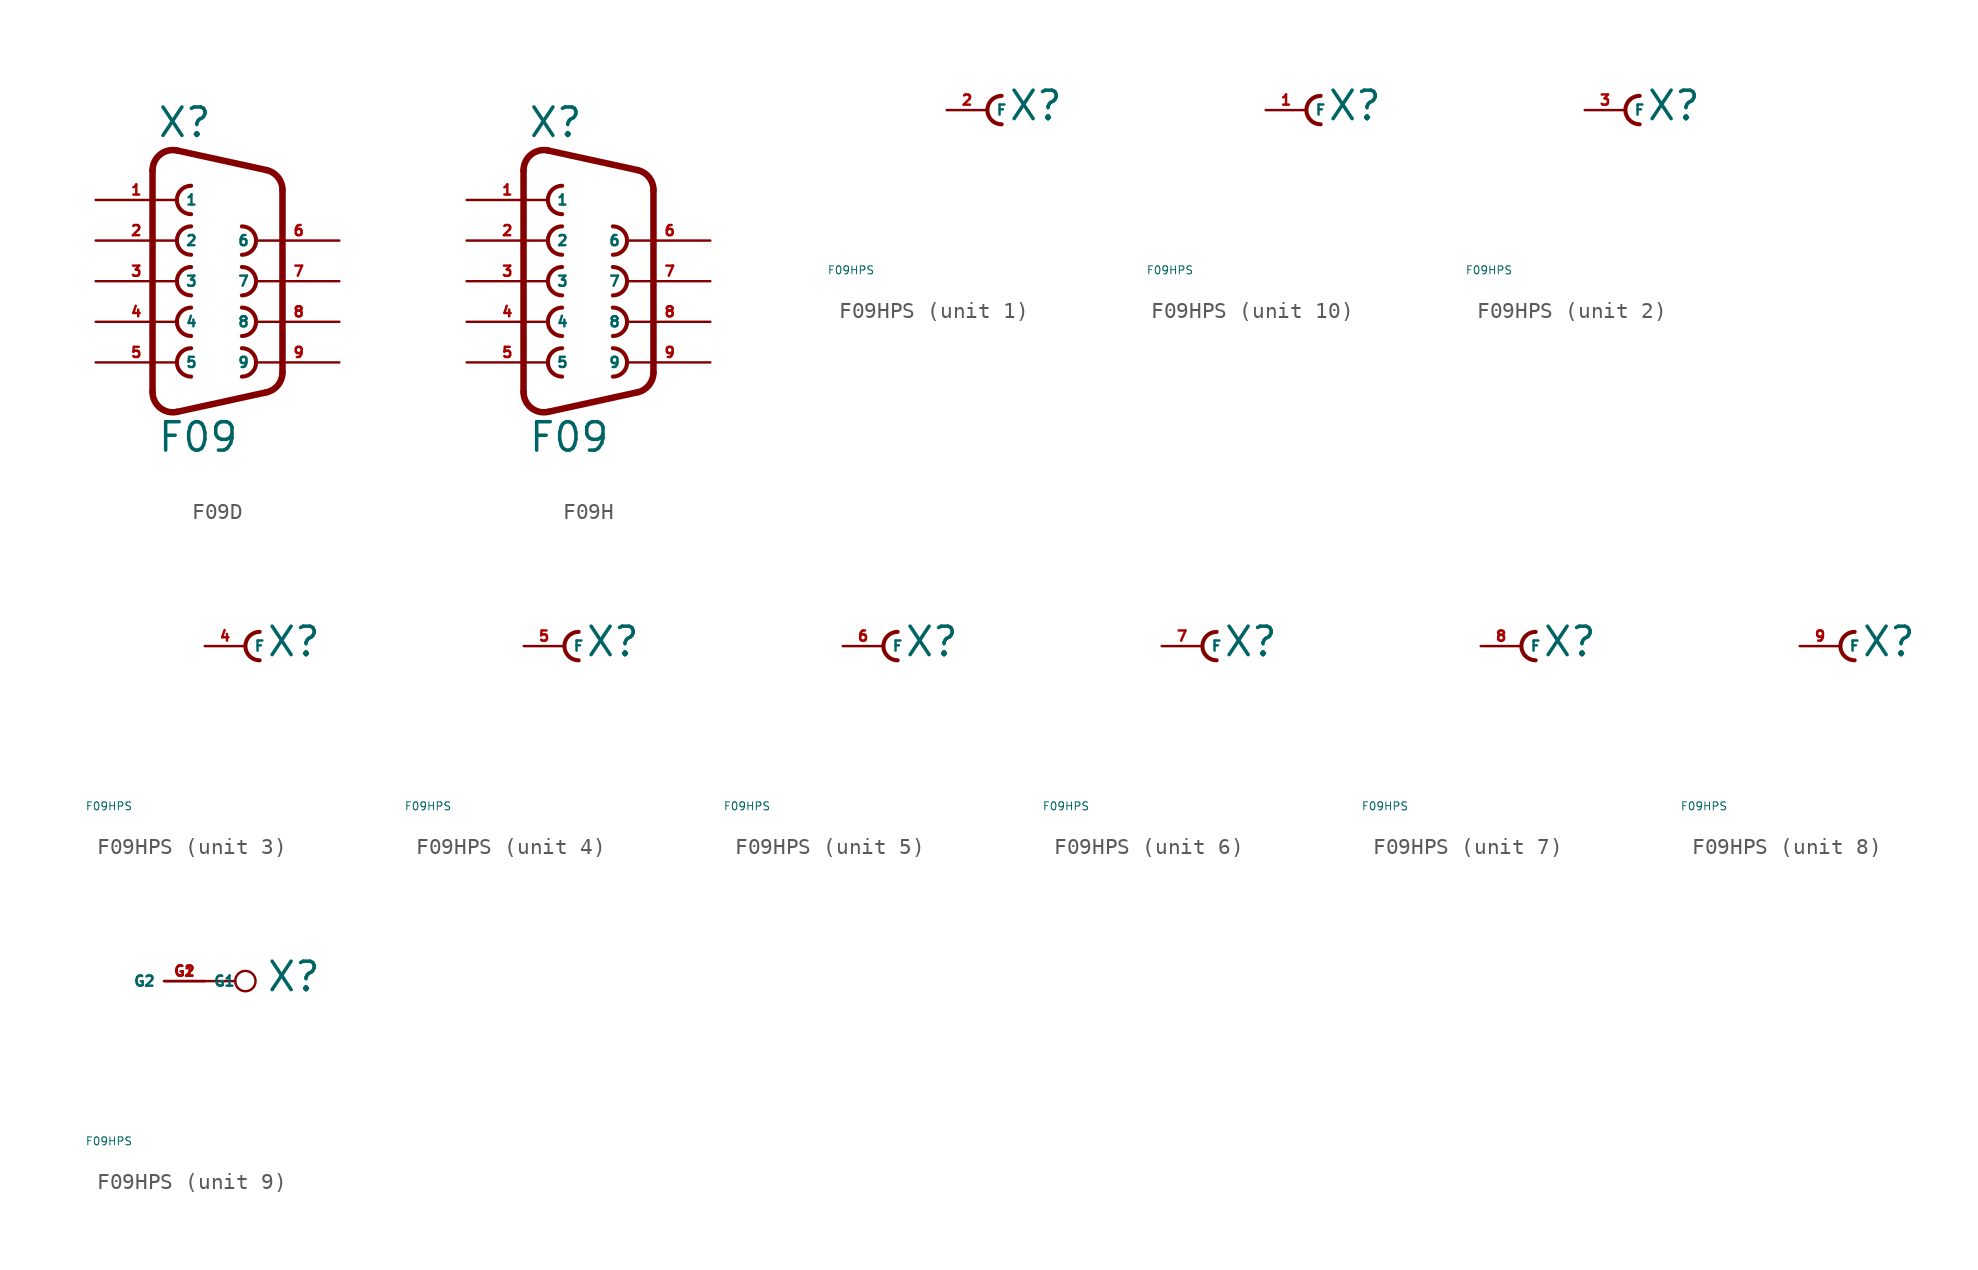
<source format=kicad_sym>
(kicad_symbol_lib
  (version 20220914)
  (generator Eagle2Kicad)
  (symbol "F09D"
    (property "Reference" "X"
      (at -3.81 8.89 0)
      (effects (font (size 1.778 1.778) (thickness 0.22)) (justify left bottom)))
    (property "Value" "F09"
      (at -3.81 -10.795 0)
      (effects (font (size 1.778 1.778) (thickness 0.22)) (justify left bottom)))
    (arc
      (start -1.651 3.429)
      (mid -2.540 2.540)
      (end -1.651 1.651)
      (stroke (width 0.254) (type default))
      (fill (type none)))
    (arc
      (start 1.524 1.651)
      (mid 2.413 2.540)
      (end 1.524 3.429)
      (stroke (width 0.254) (type default))
      (fill (type none)))
    (arc
      (start -1.651 5.969)
      (mid -2.540 5.080)
      (end -1.651 4.191)
      (stroke (width 0.254) (type default))
      (fill (type none)))
    (arc
      (start 1.524 -3.429)
      (mid 2.413 -2.540)
      (end 1.524 -1.651)
      (stroke (width 0.254) (type default))
      (fill (type none)))
    (arc
      (start -1.651 0.889)
      (mid -2.540 0.000)
      (end -1.651 -0.889)
      (stroke (width 0.254) (type default))
      (fill (type none)))
    (arc
      (start 1.524 -0.889)
      (mid 2.413 0.000)
      (end 1.524 0.889)
      (stroke (width 0.254) (type default))
      (fill (type none)))
    (arc
      (start -1.651 -1.651)
      (mid -2.540 -2.540)
      (end -1.651 -3.429)
      (stroke (width 0.254) (type default))
      (fill (type none)))
    (arc
      (start 1.524 -5.969)
      (mid 2.413 -5.080)
      (end 1.524 -4.191)
      (stroke (width 0.254) (type default))
      (fill (type none)))
    (arc
      (start -1.651 -4.191)
      (mid -2.540 -5.080)
      (end -1.651 -5.969)
      (stroke (width 0.254) (type default))
      (fill (type none)))
    (arc
      (start -2.5226 8.172)
      (mid -3.590 7.921)
      (end -4.064 6.9312)
      (stroke (width 0.4064) (type default))
      (fill (type none)))
    (polyline
      (pts (xy -2.523 8.172) (xy 3.065 6.949))
      (stroke (width 0.406) (type default))
      (fill (type none)))
    (arc
      (start 4.0642 5.7088)
      (mid 3.783 6.505)
      (end 3.0654 6.9495)
      (stroke (width 0.4064) (type default))
      (fill (type none)))
    (polyline
      (pts (xy 4.064 -5.709) (xy 4.064 5.709))
      (stroke (width 0.406) (type default))
      (fill (type none)))
    (arc
      (start 3.0654 -6.9494)
      (mid 3.783 -6.505)
      (end 4.064 -5.7088)
      (stroke (width 0.4064) (type default))
      (fill (type none)))
    (polyline
      (pts (xy -4.064 -6.931) (xy -4.064 6.931))
      (stroke (width 0.406) (type default))
      (fill (type none)))
    (polyline
      (pts (xy -2.523 -8.172) (xy 3.065 -6.949))
      (stroke (width 0.406) (type default))
      (fill (type none)))
    (arc
      (start -4.064 -6.9312)
      (mid -3.590 -7.921)
      (end -2.5226 -8.1719)
      (stroke (width 0.4064) (type default))
      (fill (type none)))
    (pin passive line
      (at -7.62 5.08 0)
      (length 5.08)
      (name "1" (effects (font (size 0.635 0.635) (thickness 0.08)) (justify left bottom)))
      (number "1" (effects (font (size 0.635 0.635) (thickness 0.08)) (justify left bottom))))
    (pin passive line
      (at 7.62 2.54 180)
      (length 5.08)
      (name "6" (effects (font (size 0.635 0.635) (thickness 0.08)) (justify left bottom)))
      (number "6" (effects (font (size 0.635 0.635) (thickness 0.08)) (justify left bottom))))
    (pin passive line
      (at -7.62 2.54 0)
      (length 5.08)
      (name "2" (effects (font (size 0.635 0.635) (thickness 0.08)) (justify left bottom)))
      (number "2" (effects (font (size 0.635 0.635) (thickness 0.08)) (justify left bottom))))
    (pin passive line
      (at 7.62 0 180)
      (length 5.08)
      (name "7" (effects (font (size 0.635 0.635) (thickness 0.08)) (justify left bottom)))
      (number "7" (effects (font (size 0.635 0.635) (thickness 0.08)) (justify left bottom))))
    (pin passive line
      (at -7.62 0 0)
      (length 5.08)
      (name "3" (effects (font (size 0.635 0.635) (thickness 0.08)) (justify left bottom)))
      (number "3" (effects (font (size 0.635 0.635) (thickness 0.08)) (justify left bottom))))
    (pin passive line
      (at 7.62 -2.54 180)
      (length 5.08)
      (name "8" (effects (font (size 0.635 0.635) (thickness 0.08)) (justify left bottom)))
      (number "8" (effects (font (size 0.635 0.635) (thickness 0.08)) (justify left bottom))))
    (pin passive line
      (at -7.62 -2.54 0)
      (length 5.08)
      (name "4" (effects (font (size 0.635 0.635) (thickness 0.08)) (justify left bottom)))
      (number "4" (effects (font (size 0.635 0.635) (thickness 0.08)) (justify left bottom))))
    (pin passive line
      (at 7.62 -5.08 180)
      (length 5.08)
      (name "9" (effects (font (size 0.635 0.635) (thickness 0.08)) (justify left bottom)))
      (number "9" (effects (font (size 0.635 0.635) (thickness 0.08)) (justify left bottom))))
    (pin passive line
      (at -7.62 -5.08 0)
      (length 5.08)
      (name "5" (effects (font (size 0.635 0.635) (thickness 0.08)) (justify left bottom)))
      (number "5" (effects (font (size 0.635 0.635) (thickness 0.08)) (justify left bottom)))))
  (symbol "F09H"
    (property "Reference" "X"
      (at -3.81 8.89 0)
      (effects (font (size 1.778 1.778) (thickness 0.22)) (justify left bottom)))
    (property "Value" "F09"
      (at -3.81 -10.795 0)
      (effects (font (size 1.778 1.778) (thickness 0.22)) (justify left bottom)))
    (arc
      (start -1.651 3.429)
      (mid -2.540 2.540)
      (end -1.651 1.651)
      (stroke (width 0.254) (type default))
      (fill (type none)))
    (arc
      (start 1.524 1.651)
      (mid 2.413 2.540)
      (end 1.524 3.429)
      (stroke (width 0.254) (type default))
      (fill (type none)))
    (arc
      (start -1.651 5.969)
      (mid -2.540 5.080)
      (end -1.651 4.191)
      (stroke (width 0.254) (type default))
      (fill (type none)))
    (arc
      (start 1.524 -3.429)
      (mid 2.413 -2.540)
      (end 1.524 -1.651)
      (stroke (width 0.254) (type default))
      (fill (type none)))
    (arc
      (start -1.651 0.889)
      (mid -2.540 0.000)
      (end -1.651 -0.889)
      (stroke (width 0.254) (type default))
      (fill (type none)))
    (arc
      (start 1.524 -0.889)
      (mid 2.413 0.000)
      (end 1.524 0.889)
      (stroke (width 0.254) (type default))
      (fill (type none)))
    (arc
      (start -1.651 -1.651)
      (mid -2.540 -2.540)
      (end -1.651 -3.429)
      (stroke (width 0.254) (type default))
      (fill (type none)))
    (arc
      (start 1.524 -5.969)
      (mid 2.413 -5.080)
      (end 1.524 -4.191)
      (stroke (width 0.254) (type default))
      (fill (type none)))
    (arc
      (start -1.651 -4.191)
      (mid -2.540 -5.080)
      (end -1.651 -5.969)
      (stroke (width 0.254) (type default))
      (fill (type none)))
    (arc
      (start -2.5226 8.172)
      (mid -3.590 7.921)
      (end -4.064 6.9312)
      (stroke (width 0.4064) (type default))
      (fill (type none)))
    (polyline
      (pts (xy -2.523 8.172) (xy 3.065 6.949))
      (stroke (width 0.406) (type default))
      (fill (type none)))
    (arc
      (start 4.0642 5.7088)
      (mid 3.783 6.505)
      (end 3.0654 6.9495)
      (stroke (width 0.4064) (type default))
      (fill (type none)))
    (polyline
      (pts (xy 4.064 -5.709) (xy 4.064 5.709))
      (stroke (width 0.406) (type default))
      (fill (type none)))
    (arc
      (start 3.0654 -6.9494)
      (mid 3.783 -6.505)
      (end 4.064 -5.7088)
      (stroke (width 0.4064) (type default))
      (fill (type none)))
    (polyline
      (pts (xy -4.064 -6.931) (xy -4.064 6.931))
      (stroke (width 0.406) (type default))
      (fill (type none)))
    (polyline
      (pts (xy -2.523 -8.172) (xy 3.065 -6.949))
      (stroke (width 0.406) (type default))
      (fill (type none)))
    (arc
      (start -4.064 -6.9312)
      (mid -3.590 -7.921)
      (end -2.5226 -8.1719)
      (stroke (width 0.4064) (type default))
      (fill (type none)))
    (pin passive line
      (at -7.62 5.08 0)
      (length 5.08)
      (name "1" (effects (font (size 0.635 0.635) (thickness 0.08)) (justify left bottom)))
      (number "1" (effects (font (size 0.635 0.635) (thickness 0.08)) (justify left bottom))))
    (pin passive line
      (at 7.62 2.54 180)
      (length 5.08)
      (name "6" (effects (font (size 0.635 0.635) (thickness 0.08)) (justify left bottom)))
      (number "6" (effects (font (size 0.635 0.635) (thickness 0.08)) (justify left bottom))))
    (pin passive line
      (at -7.62 2.54 0)
      (length 5.08)
      (name "2" (effects (font (size 0.635 0.635) (thickness 0.08)) (justify left bottom)))
      (number "2" (effects (font (size 0.635 0.635) (thickness 0.08)) (justify left bottom))))
    (pin passive line
      (at 7.62 0 180)
      (length 5.08)
      (name "7" (effects (font (size 0.635 0.635) (thickness 0.08)) (justify left bottom)))
      (number "7" (effects (font (size 0.635 0.635) (thickness 0.08)) (justify left bottom))))
    (pin passive line
      (at -7.62 0 0)
      (length 5.08)
      (name "3" (effects (font (size 0.635 0.635) (thickness 0.08)) (justify left bottom)))
      (number "3" (effects (font (size 0.635 0.635) (thickness 0.08)) (justify left bottom))))
    (pin passive line
      (at 7.62 -2.54 180)
      (length 5.08)
      (name "8" (effects (font (size 0.635 0.635) (thickness 0.08)) (justify left bottom)))
      (number "8" (effects (font (size 0.635 0.635) (thickness 0.08)) (justify left bottom))))
    (pin passive line
      (at -7.62 -2.54 0)
      (length 5.08)
      (name "4" (effects (font (size 0.635 0.635) (thickness 0.08)) (justify left bottom)))
      (number "4" (effects (font (size 0.635 0.635) (thickness 0.08)) (justify left bottom))))
    (pin passive line
      (at 7.62 -5.08 180)
      (length 5.08)
      (name "9" (effects (font (size 0.635 0.635) (thickness 0.08)) (justify left bottom)))
      (number "9" (effects (font (size 0.635 0.635) (thickness 0.08)) (justify left bottom))))
    (pin passive line
      (at -7.62 -5.08 0)
      (length 5.08)
      (name "5" (effects (font (size 0.635 0.635) (thickness 0.08)) (justify left bottom)))
      (number "5" (effects (font (size 0.635 0.635) (thickness 0.08)) (justify left bottom)))))
  (symbol "F09HPS"
    (property "Reference" "X"
      (at 1.27 -0.762 0)
      (effects (font (size 1.778 1.778) (thickness 0.22)) (justify left bottom)))
    (property "Value" "F09HPS"
      (at -10 -10 0)
      (effects (font (size 0.5 0.5) (thickness 0.06)) (justify left)))
    (symbol "F09HPS_1_0"
      (arc (start 0.889 0.889) (mid 0.000 0.000) (end 0.889 -0.889) (stroke (width 0.254) (type default)) (fill (type none)))
      (pin passive line (at -2.54 0 0) (length 2.54) (name "F" (effects (font (size 0.635 0.635) (thickness 0.08)) (justify left bottom))) (number "2" (effects (font (size 0.635 0.635) (thickness 0.08)) (justify left bottom)))))
    (symbol "F09HPS_2_0"
      (arc (start 0.889 0.889) (mid 0.000 0.000) (end 0.889 -0.889) (stroke (width 0.254) (type default)) (fill (type none)))
      (pin passive line (at -2.54 0 0) (length 2.54) (name "F" (effects (font (size 0.635 0.635) (thickness 0.08)) (justify left bottom))) (number "3" (effects (font (size 0.635 0.635) (thickness 0.08)) (justify left bottom)))))
    (symbol "F09HPS_3_0"
      (arc (start 0.889 0.889) (mid 0.000 0.000) (end 0.889 -0.889) (stroke (width 0.254) (type default)) (fill (type none)))
      (pin passive line (at -2.54 0 0) (length 2.54) (name "F" (effects (font (size 0.635 0.635) (thickness 0.08)) (justify left bottom))) (number "4" (effects (font (size 0.635 0.635) (thickness 0.08)) (justify left bottom)))))
    (symbol "F09HPS_4_0"
      (arc (start 0.889 0.889) (mid 0.000 0.000) (end 0.889 -0.889) (stroke (width 0.254) (type default)) (fill (type none)))
      (pin passive line (at -2.54 0 0) (length 2.54) (name "F" (effects (font (size 0.635 0.635) (thickness 0.08)) (justify left bottom))) (number "5" (effects (font (size 0.635 0.635) (thickness 0.08)) (justify left bottom)))))
    (symbol "F09HPS_5_0"
      (arc (start 0.889 0.889) (mid 0.000 0.000) (end 0.889 -0.889) (stroke (width 0.254) (type default)) (fill (type none)))
      (pin passive line (at -2.54 0 0) (length 2.54) (name "F" (effects (font (size 0.635 0.635) (thickness 0.08)) (justify left bottom))) (number "6" (effects (font (size 0.635 0.635) (thickness 0.08)) (justify left bottom)))))
    (symbol "F09HPS_6_0"
      (arc (start 0.889 0.889) (mid 0.000 0.000) (end 0.889 -0.889) (stroke (width 0.254) (type default)) (fill (type none)))
      (pin passive line (at -2.54 0 0) (length 2.54) (name "F" (effects (font (size 0.635 0.635) (thickness 0.08)) (justify left bottom))) (number "7" (effects (font (size 0.635 0.635) (thickness 0.08)) (justify left bottom)))))
    (symbol "F09HPS_7_0"
      (arc (start 0.889 0.889) (mid 0.000 0.000) (end 0.889 -0.889) (stroke (width 0.254) (type default)) (fill (type none)))
      (pin passive line (at -2.54 0 0) (length 2.54) (name "F" (effects (font (size 0.635 0.635) (thickness 0.08)) (justify left bottom))) (number "8" (effects (font (size 0.635 0.635) (thickness 0.08)) (justify left bottom)))))
    (symbol "F09HPS_8_0"
      (arc (start 0.889 0.889) (mid 0.000 0.000) (end 0.889 -0.889) (stroke (width 0.254) (type default)) (fill (type none)))
      (pin passive line (at -2.54 0 0) (length 2.54) (name "F" (effects (font (size 0.635 0.635) (thickness 0.08)) (justify left bottom))) (number "9" (effects (font (size 0.635 0.635) (thickness 0.08)) (justify left bottom)))))
    (symbol "F09HPS_9_0"
      (polyline (pts (xy -2.54 0) (xy -0.635 0)) (stroke (width 0.152) (type default)) (fill (type none)))
      (circle (center 0 0) (radius 0.635) (stroke (width 0.152) (type default)) (fill (type none)))
      (pin passive line (at -5.08 0 0) (length 2.54) (name "G1" (effects (font (size 0.635 0.635) (thickness 0.08)) (justify left bottom))) (number "G1" (effects (font (size 0.635 0.635) (thickness 0.08)) (justify left bottom))))
      (pin passive line (at -2.54 0 180) (length 2.54) (name "G2" (effects (font (size 0.635 0.635) (thickness 0.08)) (justify left bottom))) (number "G2" (effects (font (size 0.635 0.635) (thickness 0.08)) (justify left bottom)))))
    (symbol "F09HPS_10_0"
      (arc (start 0.889 0.889) (mid 0.000 0.000) (end 0.889 -0.889) (stroke (width 0.254) (type default)) (fill (type none)))
      (pin passive line (at -2.54 0 0) (length 2.54) (name "F" (effects (font (size 0.635 0.635) (thickness 0.08)) (justify left bottom))) (number "1" (effects (font (size 0.635 0.635) (thickness 0.08)) (justify left bottom)))))))
</source>
